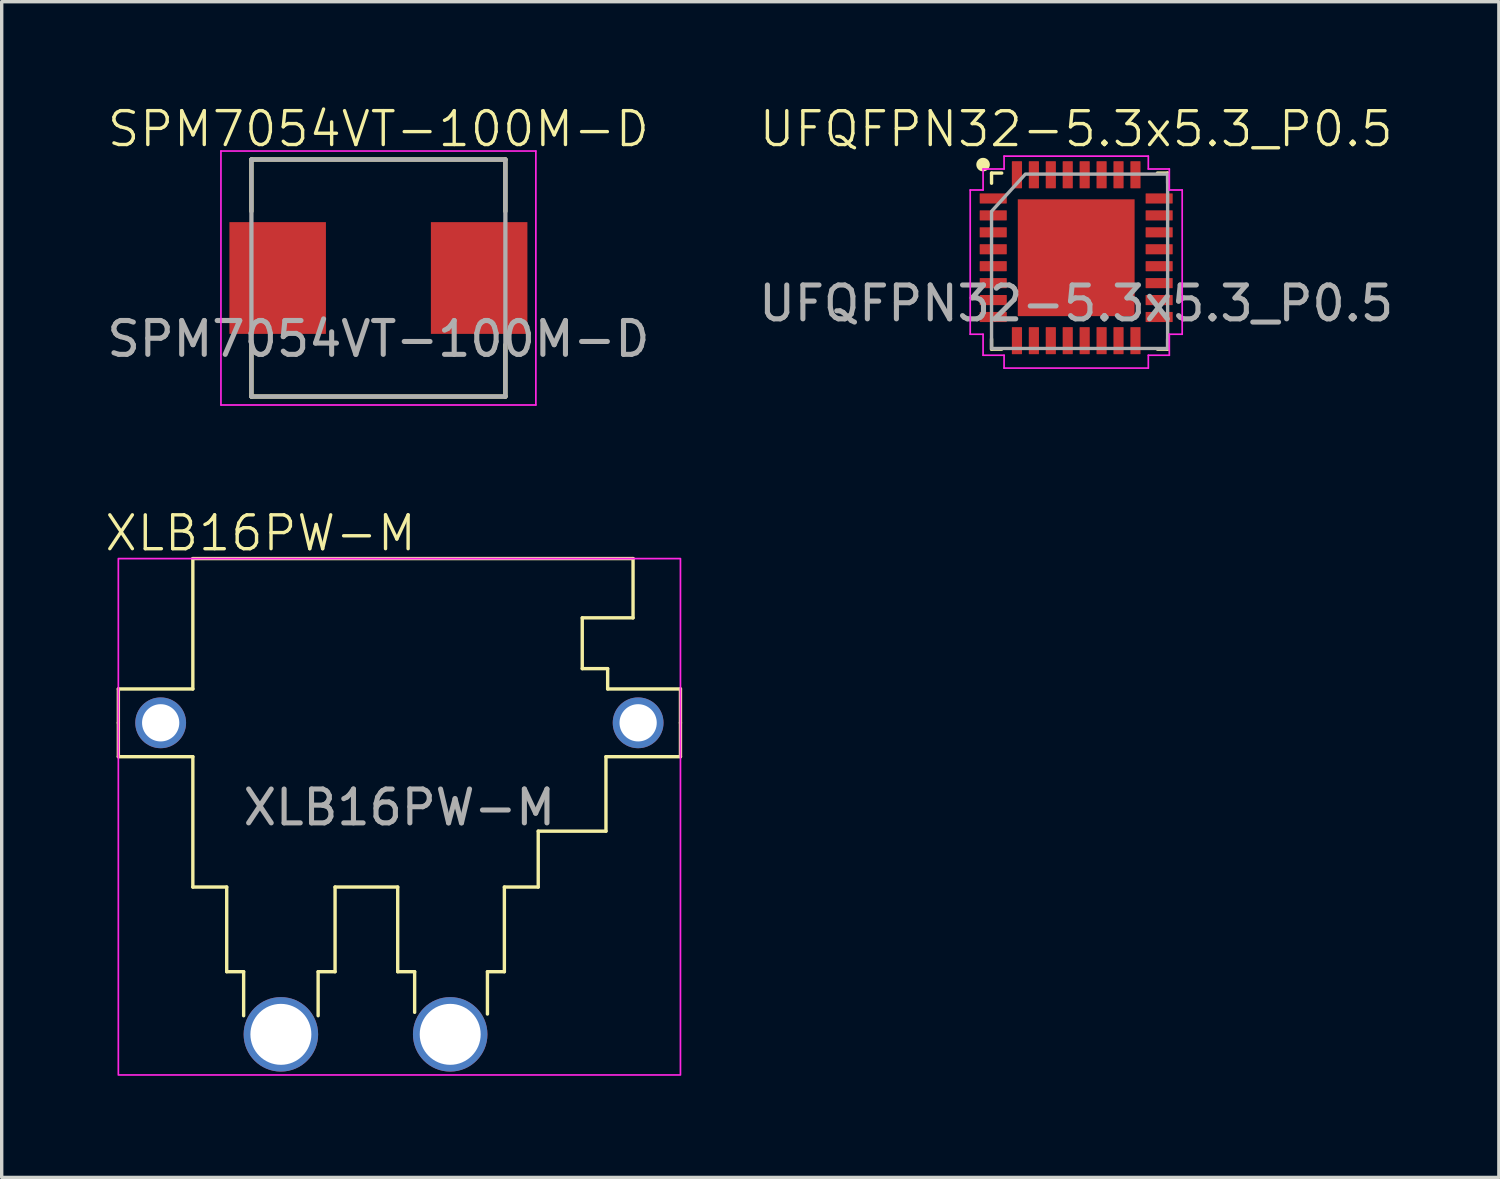
<source format=kicad_pcb>
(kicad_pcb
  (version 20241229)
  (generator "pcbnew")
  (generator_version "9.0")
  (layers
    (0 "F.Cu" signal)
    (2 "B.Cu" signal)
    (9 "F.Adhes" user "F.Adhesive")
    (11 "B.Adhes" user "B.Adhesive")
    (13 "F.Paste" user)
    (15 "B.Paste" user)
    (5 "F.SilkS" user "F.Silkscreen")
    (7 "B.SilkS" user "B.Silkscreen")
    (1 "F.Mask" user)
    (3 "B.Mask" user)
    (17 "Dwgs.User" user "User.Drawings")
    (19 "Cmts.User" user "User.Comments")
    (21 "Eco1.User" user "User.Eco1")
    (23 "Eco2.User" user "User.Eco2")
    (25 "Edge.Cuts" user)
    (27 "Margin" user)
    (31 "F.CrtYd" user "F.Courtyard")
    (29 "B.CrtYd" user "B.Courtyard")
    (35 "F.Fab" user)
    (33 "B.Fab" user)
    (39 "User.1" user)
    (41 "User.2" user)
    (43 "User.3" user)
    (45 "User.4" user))
  (footprint "XLB16PW-M"
    (layer "F.Cu")
    (at 8.745 18.296)
    (property "Reference" "XLB16PW-M" (at -4.1 -5.6 0) (unlocked yes) (layer "F.SilkS") (effects (font (size 1 1) (thickness 0.1))))
    (attr smd)
    (fp_line (start -8.3 -1) (end -6.1 -1) (stroke (width 0.1) (type default)) (layer "F.SilkS"))
    (fp_line (start -8.3 0) (end -8.3 -1) (stroke (width 0.1) (type default)) (layer "F.SilkS"))
    (fp_line (start -8.3 0) (end -8.3 1) (stroke (width 0.1) (type default)) (layer "F.SilkS"))
    (fp_line (start -8.3 1) (end -6.1 1) (stroke (width 0.1) (type default)) (layer "F.SilkS"))
    (fp_line (start -6.1 -4.85) (end 6.9 -4.85) (stroke (width 0.1) (type default)) (layer "F.SilkS"))
    (fp_line (start -6.1 -1) (end -6.1 -4.85) (stroke (width 0.1) (type default)) (layer "F.SilkS"))
    (fp_line (start -6.1 1) (end -6.1 4.85) (stroke (width 0.1) (type default)) (layer "F.SilkS"))
    (fp_line (start -6.1 4.85) (end -5.1 4.85) (stroke (width 0.1) (type default)) (layer "F.SilkS"))
    (fp_line (start -5.1 4.85) (end -5.1 7.35) (stroke (width 0.1) (type default)) (layer "F.SilkS"))
    (fp_line (start -5.1 7.35) (end -4.6 7.35) (stroke (width 0.1) (type default)) (layer "F.SilkS"))
    (fp_line (start -4.6 7.35) (end -4.6 8.65) (stroke (width 0.1) (type default)) (layer "F.SilkS"))
    (fp_line (start -2.4 7.35) (end -1.9 7.35) (stroke (width 0.1) (type default)) (layer "F.SilkS"))
    (fp_line (start -2.4 8.65) (end -2.4 7.35) (stroke (width 0.1) (type default)) (layer "F.SilkS"))
    (fp_line (start -1.9 4.85) (end -0.05 4.85) (stroke (width 0.1) (type default)) (layer "F.SilkS"))
    (fp_line (start -1.9 7.35) (end -1.9 4.85) (stroke (width 0.1) (type default)) (layer "F.SilkS"))
    (fp_line (start -0.05 7.35) (end -0.05 4.85) (stroke (width 0.1) (type default)) (layer "F.SilkS"))
    (fp_line (start 0.45 7.35) (end -0.05 7.35) (stroke (width 0.1) (type default)) (layer "F.SilkS"))
    (fp_line (start 0.45 8.55) (end 0.45 7.35) (stroke (width 0.1) (type default)) (layer "F.SilkS"))
    (fp_line (start 2.6 7.35) (end 3.1 7.35) (stroke (width 0.1) (type default)) (layer "F.SilkS"))
    (fp_line (start 2.6 8.6) (end 2.6 7.35) (stroke (width 0.1) (type default)) (layer "F.SilkS"))
    (fp_line (start 3.1 4.85) (end 4.1 4.85) (stroke (width 0.1) (type default)) (layer "F.SilkS"))
    (fp_line (start 3.1 7.35) (end 3.1 4.85) (stroke (width 0.1) (type default)) (layer "F.SilkS"))
    (fp_line (start 4.1 3.2) (end 6.1 3.2) (stroke (width 0.1) (type default)) (layer "F.SilkS"))
    (fp_line (start 4.1 4.85) (end 4.1 3.2) (stroke (width 0.1) (type default)) (layer "F.SilkS"))
    (fp_line (start 5.4 -3.1) (end 5.4 -1.6) (stroke (width 0.1) (type default)) (layer "F.SilkS"))
    (fp_line (start 5.4 -1.6) (end 6.15 -1.6) (stroke (width 0.1) (type default)) (layer "F.SilkS"))
    (fp_line (start 6.1 1) (end 6.1 3.2) (stroke (width 0.1) (type default)) (layer "F.SilkS"))
    (fp_line (start 6.15 -1.6) (end 6.15 -1) (stroke (width 0.1) (type default)) (layer "F.SilkS"))
    (fp_line (start 6.15 -1) (end 8.3 -1) (stroke (width 0.1) (type default)) (layer "F.SilkS"))
    (fp_line (start 6.9 -4.85) (end 6.9 -3.1) (stroke (width 0.1) (type default)) (layer "F.SilkS"))
    (fp_line (start 6.9 -3.1) (end 5.4 -3.1) (stroke (width 0.1) (type default)) (layer "F.SilkS"))
    (fp_line (start 8.3 -1) (end 8.3 0) (stroke (width 0.1) (type default)) (layer "F.SilkS"))
    (fp_line (start 8.3 0) (end 8.3 1) (stroke (width 0.1) (type default)) (layer "F.SilkS"))
    (fp_line (start 8.3 1) (end 6.1 1) (stroke (width 0.1) (type default)) (layer "F.SilkS"))
    (fp_rect (start -8.3 -4.85) (end 8.3 10.4) (stroke (width 0.05) (type default)) (fill no) (layer "F.CrtYd"))
    (fp_text user "${REFERENCE}" (at 0 2.5 0) (unlocked yes) (layer "F.Fab") (effects (font (size 1 1) (thickness 0.15))))
    (pad "1" thru_hole circle (at 1.5 9.2) (size 2.2 2.2) (drill 1.8) (layers "*.Cu" "*.Mask"))
    (pad "2" thru_hole circle (at -3.5 9.2) (size 2.2 2.2) (drill 1.8) (layers "*.Cu" "*.Mask"))
    (pad "3" thru_hole circle (at -7.05 0) (size 1.5 1.5) (drill 1.1) (layers "*.Cu" "*.Mask"))
    (pad "4" thru_hole circle (at 7.05 0) (size 1.5 1.5) (drill 1.1) (layers "*.Cu" "*.Mask")))
  (footprint "UFQFPN32-5.3x5.3_P0.5"
    (layer "F.Cu")
    (at 28.732 4.561)
    (property "Reference" "UFQFPN32-5.3x5.3_P0.5" (at 0 -3.8 0) (unlocked yes) (layer "F.SilkS") (effects (font (size 1 1) (thickness 0.1))))
    (attr smd)
    (fp_line (start -2.5 -2.5) (end -2.2 -2.5) (stroke (width 0.1) (type default)) (layer "F.SilkS"))
    (fp_line (start -2.5 -2.2) (end -2.5 -2.5) (stroke (width 0.1) (type default)) (layer "F.SilkS"))
    (fp_line (start -2.5 2.7) (end -2.5 2.4) (stroke (width 0.1) (type default)) (layer "F.SilkS"))
    (fp_line (start -2.5 2.7) (end -2.2 2.7) (stroke (width 0.1) (type default)) (layer "F.SilkS"))
    (fp_line (start 2.7 -2.5) (end 2.4 -2.5) (stroke (width 0.1) (type default)) (layer "F.SilkS"))
    (fp_line (start 2.7 -2.5) (end 2.7 -2.2) (stroke (width 0.1) (type default)) (layer "F.SilkS"))
    (fp_line (start 2.7 2.7) (end 2.4 2.7) (stroke (width 0.1) (type default)) (layer "F.SilkS"))
    (fp_line (start 2.7 2.7) (end 2.7 2.4) (stroke (width 0.1) (type default)) (layer "F.SilkS"))
    (fp_circle (center -2.75 -2.75) (end -2.6 -2.75) (stroke (width 0.1) (type solid)) (fill yes) (layer "F.SilkS"))
    (fp_line (start -3.13 -2) (end -2.75 -2) (stroke (width 0.05) (type solid)) (layer "F.CrtYd"))
    (fp_line (start -3.13 2.26) (end -3.13 -2) (stroke (width 0.05) (type solid)) (layer "F.CrtYd"))
    (fp_line (start -2.75 -2.62) (end -2.13 -2.62) (stroke (width 0.05) (type solid)) (layer "F.CrtYd"))
    (fp_line (start -2.75 -2) (end -2.75 -2.62) (stroke (width 0.05) (type solid)) (layer "F.CrtYd"))
    (fp_line (start -2.75 2.26) (end -3.13 2.26) (stroke (width 0.05) (type solid)) (layer "F.CrtYd"))
    (fp_line (start -2.75 2.88) (end -2.75 2.26) (stroke (width 0.05) (type solid)) (layer "F.CrtYd"))
    (fp_line (start -2.13 -3) (end 2.13 -3) (stroke (width 0.05) (type solid)) (layer "F.CrtYd"))
    (fp_line (start -2.13 -2.62) (end -2.13 -3) (stroke (width 0.05) (type solid)) (layer "F.CrtYd"))
    (fp_line (start -2.13 2.88) (end -2.75 2.88) (stroke (width 0.05) (type solid)) (layer "F.CrtYd"))
    (fp_line (start -2.13 3.26) (end -2.13 2.88) (stroke (width 0.05) (type solid)) (layer "F.CrtYd"))
    (fp_line (start 2.13 -3) (end 2.13 -2.62) (stroke (width 0.05) (type solid)) (layer "F.CrtYd"))
    (fp_line (start 2.13 -2.62) (end 2.75 -2.62) (stroke (width 0.05) (type solid)) (layer "F.CrtYd"))
    (fp_line (start 2.13 2.88) (end 2.13 3.26) (stroke (width 0.05) (type solid)) (layer "F.CrtYd"))
    (fp_line (start 2.13 3.26) (end -2.13 3.26) (stroke (width 0.05) (type solid)) (layer "F.CrtYd"))
    (fp_line (start 2.75 -2.62) (end 2.75 -2) (stroke (width 0.05) (type solid)) (layer "F.CrtYd"))
    (fp_line (start 2.75 -2) (end 3.13 -2) (stroke (width 0.05) (type solid)) (layer "F.CrtYd"))
    (fp_line (start 2.75 2.26) (end 2.75 2.88) (stroke (width 0.05) (type solid)) (layer "F.CrtYd"))
    (fp_line (start 2.75 2.88) (end 2.13 2.88) (stroke (width 0.05) (type solid)) (layer "F.CrtYd"))
    (fp_line (start 3.13 -2) (end 3.13 2.26) (stroke (width 0.05) (type solid)) (layer "F.CrtYd"))
    (fp_line (start 3.13 2.26) (end 2.75 2.26) (stroke (width 0.05) (type solid)) (layer "F.CrtYd"))
    (fp_poly (pts (xy -2.5 -1.37) (xy -2.5 2.68) (xy 2.7 2.68) (xy 2.7 -2.47) (xy -1.5 -2.47)) (stroke (width 0.1) (type solid)) (fill no) (layer "F.Fab"))
    (fp_text user "${REFERENCE}" (at 0 1.35 0) (unlocked yes) (layer "F.Fab") (effects (font (size 1 1) (thickness 0.15))))
    (pad "1" smd roundrect (at -2.45 -1.75) (size 0.8 0.3) (layers "F.Cu" "F.Mask" "F.Paste") (roundrect_rratio 0.05))
    (pad "2" smd roundrect (at -2.45 -1.25) (size 0.8 0.3) (layers "F.Cu" "F.Mask" "F.Paste") (roundrect_rratio 0.05))
    (pad "3" smd roundrect (at -2.45 -0.75) (size 0.8 0.3) (layers "F.Cu" "F.Mask" "F.Paste") (roundrect_rratio 0.05))
    (pad "4" smd roundrect (at -2.45 -0.25) (size 0.8 0.3) (layers "F.Cu" "F.Mask" "F.Paste") (roundrect_rratio 0.05))
    (pad "5" smd roundrect (at -2.45 0.25) (size 0.8 0.3) (layers "F.Cu" "F.Mask" "F.Paste") (roundrect_rratio 0.05))
    (pad "6" smd roundrect (at -2.45 0.75) (size 0.8 0.3) (layers "F.Cu" "F.Mask" "F.Paste") (roundrect_rratio 0.05))
    (pad "7" smd roundrect (at -2.45 1.25) (size 0.8 0.3) (layers "F.Cu" "F.Mask" "F.Paste") (roundrect_rratio 0.05))
    (pad "8" smd roundrect (at -2.45 1.75) (size 0.8 0.3) (layers "F.Cu" "F.Mask" "F.Paste") (roundrect_rratio 0.05))
    (pad "9" smd roundrect (at -1.75 2.45) (size 0.3 0.8) (layers "F.Cu" "F.Mask" "F.Paste") (roundrect_rratio 0.05))
    (pad "10" smd roundrect (at -1.25 2.45) (size 0.3 0.8) (layers "F.Cu" "F.Mask" "F.Paste") (roundrect_rratio 0.05))
    (pad "11" smd roundrect (at -0.75 2.45) (size 0.3 0.8) (layers "F.Cu" "F.Mask" "F.Paste") (roundrect_rratio 0.05))
    (pad "12" smd roundrect (at -0.25 2.45) (size 0.3 0.8) (layers "F.Cu" "F.Mask" "F.Paste") (roundrect_rratio 0.05))
    (pad "13" smd roundrect (at 0.25 2.45) (size 0.3 0.8) (layers "F.Cu" "F.Mask" "F.Paste") (roundrect_rratio 0.05))
    (pad "14" smd roundrect (at 0.75 2.45) (size 0.3 0.8) (layers "F.Cu" "F.Mask" "F.Paste") (roundrect_rratio 0.05))
    (pad "15" smd roundrect (at 1.25 2.45) (size 0.3 0.8) (layers "F.Cu" "F.Mask" "F.Paste") (roundrect_rratio 0.05))
    (pad "16" smd roundrect (at 1.75 2.45) (size 0.3 0.8) (layers "F.Cu" "F.Mask" "F.Paste") (roundrect_rratio 0.05))
    (pad "17" smd roundrect (at 2.45 1.75) (size 0.8 0.3) (layers "F.Cu" "F.Mask" "F.Paste") (roundrect_rratio 0.05))
    (pad "18" smd roundrect (at 2.45 1.25) (size 0.8 0.3) (layers "F.Cu" "F.Mask" "F.Paste") (roundrect_rratio 0.05))
    (pad "19" smd roundrect (at 2.45 0.75) (size 0.8 0.3) (layers "F.Cu" "F.Mask" "F.Paste") (roundrect_rratio 0.05))
    (pad "20" smd roundrect (at 2.45 0.25) (size 0.8 0.3) (layers "F.Cu" "F.Mask" "F.Paste") (roundrect_rratio 0.05))
    (pad "21" smd roundrect (at 2.45 -0.25) (size 0.8 0.3) (layers "F.Cu" "F.Mask" "F.Paste") (roundrect_rratio 0.05))
    (pad "22" smd roundrect (at 2.45 -0.75) (size 0.8 0.3) (layers "F.Cu" "F.Mask" "F.Paste") (roundrect_rratio 0.05))
    (pad "23" smd roundrect (at 2.45 -1.25) (size 0.8 0.3) (layers "F.Cu" "F.Mask" "F.Paste") (roundrect_rratio 0.05))
    (pad "24" smd roundrect (at 2.45 -1.75) (size 0.8 0.3) (layers "F.Cu" "F.Mask" "F.Paste") (roundrect_rratio 0.05))
    (pad "25" smd roundrect (at 1.75 -2.45) (size 0.3 0.8) (layers "F.Cu" "F.Mask" "F.Paste") (roundrect_rratio 0.05))
    (pad "26" smd roundrect (at 1.25 -2.45) (size 0.3 0.8) (layers "F.Cu" "F.Mask" "F.Paste") (roundrect_rratio 0.05))
    (pad "27" smd roundrect (at 0.75 -2.45) (size 0.3 0.8) (layers "F.Cu" "F.Mask" "F.Paste") (roundrect_rratio 0.05))
    (pad "28" smd roundrect (at 0.25 -2.45) (size 0.3 0.8) (layers "F.Cu" "F.Mask" "F.Paste") (roundrect_rratio 0.05))
    (pad "29" smd roundrect (at -0.25 -2.45) (size 0.3 0.8) (layers "F.Cu" "F.Mask" "F.Paste") (roundrect_rratio 0.05))
    (pad "30" smd roundrect (at -0.75 -2.45) (size 0.3 0.8) (layers "F.Cu" "F.Mask" "F.Paste") (roundrect_rratio 0.05))
    (pad "31" smd roundrect (at -1.25 -2.45) (size 0.3 0.8) (layers "F.Cu" "F.Mask" "F.Paste") (roundrect_rratio 0.05))
    (pad "32" smd roundrect (at -1.75 -2.45) (size 0.3 0.8) (layers "F.Cu" "F.Mask" "F.Paste") (roundrect_rratio 0.05))
    (pad "33" smd rect (at 0 0) (size 3.45 3.45) (property pad_prop_heatsink) (layers "F.Cu" "F.Mask" "F.Paste")))
  (footprint "SPM7054VT-100M-D"
    (layer "F.Cu")
    (at 8.125 5.16)
    (property "Reference" "SPM7054VT-100M-D" (at 0 -4.4 0) (unlocked yes) (layer "F.SilkS") (effects (font (size 1 1) (thickness 0.1))))
    (attr smd)
    (fp_line (start -3.75 -3.5) (end -3.75 -1.97) (stroke (width 0.127) (type solid)) (layer "F.SilkS"))
    (fp_line (start -3.75 -3.5) (end 3.75 -3.5) (stroke (width 0.127) (type solid)) (layer "F.SilkS"))
    (fp_line (start -3.75 3.5) (end -3.75 1.97) (stroke (width 0.127) (type solid)) (layer "F.SilkS"))
    (fp_line (start -3.75 3.5) (end 3.75 3.5) (stroke (width 0.127) (type solid)) (layer "F.SilkS"))
    (fp_line (start 3.75 -3.5) (end 3.75 -1.97) (stroke (width 0.127) (type solid)) (layer "F.SilkS"))
    (fp_line (start 3.75 3.5) (end 3.75 1.97) (stroke (width 0.127) (type solid)) (layer "F.SilkS"))
    (fp_line (start -4.65 -3.75) (end -4.65 3.75) (stroke (width 0.05) (type solid)) (layer "F.CrtYd"))
    (fp_line (start -4.65 3.75) (end 4.65 3.75) (stroke (width 0.05) (type solid)) (layer "F.CrtYd"))
    (fp_line (start 4.65 -3.75) (end -4.65 -3.75) (stroke (width 0.05) (type solid)) (layer "F.CrtYd"))
    (fp_line (start 4.65 3.75) (end 4.65 -3.75) (stroke (width 0.05) (type solid)) (layer "F.CrtYd"))
    (fp_line (start -3.75 -3.5) (end -3.75 3.5) (stroke (width 0.127) (type solid)) (layer "F.Fab"))
    (fp_line (start -3.75 -3.5) (end 3.75 -3.5) (stroke (width 0.127) (type solid)) (layer "F.Fab"))
    (fp_line (start -3.75 3.5) (end 3.75 3.5) (stroke (width 0.127) (type solid)) (layer "F.Fab"))
    (fp_line (start 3.75 -3.5) (end 3.75 3.5) (stroke (width 0.127) (type solid)) (layer "F.Fab"))
    (fp_text user "${REFERENCE}" (at 0 1.8 0) (unlocked yes) (layer "F.Fab") (effects (font (size 1 1) (thickness 0.15))))
    (pad "1" smd rect (at -2.975 0) (size 2.85 3.3) (layers "F.Cu" "F.Mask" "F.Paste"))
    (pad "2" smd rect (at 2.975 0) (size 2.85 3.3) (layers "F.Cu" "F.Mask" "F.Paste")))
  (gr_rect
    (start -3 -3)
    (end 41.214 31.721)
    (stroke (width 0.1) (type default))
    (fill no)
    (layer "Edge.Cuts")))
</source>
